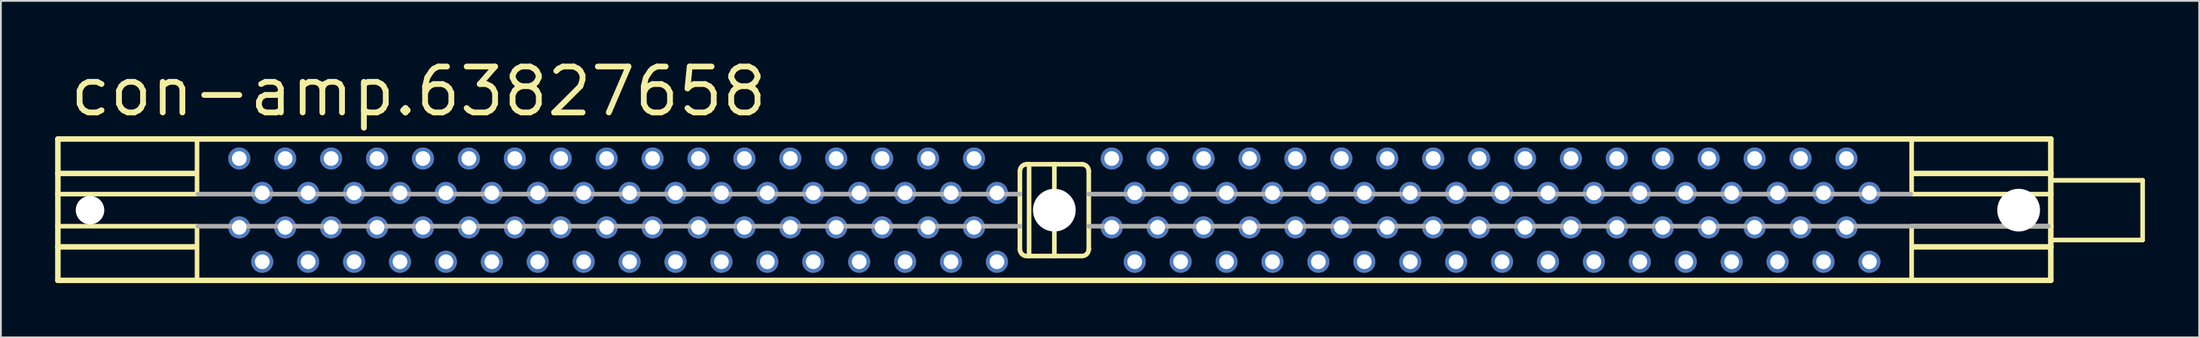
<source format=kicad_pcb>
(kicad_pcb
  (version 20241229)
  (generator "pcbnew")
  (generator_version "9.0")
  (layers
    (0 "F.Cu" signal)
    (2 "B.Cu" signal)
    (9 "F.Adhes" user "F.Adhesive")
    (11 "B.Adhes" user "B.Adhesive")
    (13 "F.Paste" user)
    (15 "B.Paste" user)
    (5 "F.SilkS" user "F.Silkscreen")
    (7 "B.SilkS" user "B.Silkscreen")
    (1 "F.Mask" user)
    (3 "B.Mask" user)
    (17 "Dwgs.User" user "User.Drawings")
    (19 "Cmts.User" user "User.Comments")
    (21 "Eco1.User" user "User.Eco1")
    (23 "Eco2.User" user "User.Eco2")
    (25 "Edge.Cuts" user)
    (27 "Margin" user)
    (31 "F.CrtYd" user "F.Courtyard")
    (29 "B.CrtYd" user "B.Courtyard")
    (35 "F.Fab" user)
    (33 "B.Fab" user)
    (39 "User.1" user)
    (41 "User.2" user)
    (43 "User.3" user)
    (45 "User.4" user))
  (footprint "con-amp.63827658"
    (layer "F.Cu")
    (at 55.27 8.58)
    (property "Reference" "con-amp.63827658" (at -54.61 -5.08 0) (layer "F.SilkS") (effects (font (size 2.54 2.54) (thickness 0.32)) (justify left bottom)))
    (attr through_hole)
    (fp_line (start -55.118 -3.937) (end -55.118 -2.032) (stroke (width 0.305) (type default)) (layer "F.SilkS"))
    (fp_line (start -55.118 -3.937) (end 55.118 -3.937) (stroke (width 0.305) (type default)) (layer "F.SilkS"))
    (fp_line (start -55.118 -2.032) (end -55.118 -0.889) (stroke (width 0.305) (type default)) (layer "F.SilkS"))
    (fp_line (start -55.118 -2.032) (end -47.498 -2.032) (stroke (width 0.305) (type default)) (layer "F.SilkS"))
    (fp_line (start -55.118 -0.889) (end -55.118 0.889) (stroke (width 0.305) (type default)) (layer "F.SilkS"))
    (fp_line (start -55.118 -0.889) (end -47.498 -0.889) (stroke (width 0.254) (type default)) (layer "F.SilkS"))
    (fp_line (start -55.118 0.889) (end -55.118 2.032) (stroke (width 0.305) (type default)) (layer "F.SilkS"))
    (fp_line (start -55.118 0.889) (end -47.498 0.889) (stroke (width 0.254) (type default)) (layer "F.SilkS"))
    (fp_line (start -55.118 2.032) (end -55.118 3.886) (stroke (width 0.305) (type default)) (layer "F.SilkS"))
    (fp_line (start -55.118 2.032) (end -47.498 2.032) (stroke (width 0.305) (type default)) (layer "F.SilkS"))
    (fp_line (start -47.422 -3.861) (end -47.422 -0.889) (stroke (width 0.254) (type default)) (layer "F.SilkS"))
    (fp_line (start -47.422 0.889) (end -47.422 3.81) (stroke (width 0.254) (type default)) (layer "F.SilkS"))
    (fp_line (start -1.905 -2.159) (end -1.905 2.159) (stroke (width 0.254) (type default)) (layer "F.SilkS"))
    (fp_line (start -1.524 2.54) (end -1.397 2.54) (stroke (width 0.254) (type default)) (layer "F.SilkS"))
    (fp_line (start -1.397 -2.54) (end -1.524 -2.54) (stroke (width 0.254) (type default)) (layer "F.SilkS"))
    (fp_line (start -1.397 2.54) (end -1.397 -2.54) (stroke (width 0.254) (type default)) (layer "F.SilkS"))
    (fp_line (start -1.397 2.54) (end 0 2.54) (stroke (width 0.254) (type default)) (layer "F.SilkS"))
    (fp_line (start 0 -2.54) (end -1.397 -2.54) (stroke (width 0.254) (type default)) (layer "F.SilkS"))
    (fp_line (start 0 2.54) (end 0 -2.54) (stroke (width 0.254) (type default)) (layer "F.SilkS"))
    (fp_line (start 0 2.54) (end 1.524 2.54) (stroke (width 0.254) (type default)) (layer "F.SilkS"))
    (fp_line (start 1.524 -2.54) (end 0 -2.54) (stroke (width 0.254) (type default)) (layer "F.SilkS"))
    (fp_line (start 1.905 2.159) (end 1.905 -2.159) (stroke (width 0.254) (type default)) (layer "F.SilkS"))
    (fp_line (start 47.422 -3.861) (end 47.422 -0.889) (stroke (width 0.254) (type default)) (layer "F.SilkS"))
    (fp_line (start 47.422 0.889) (end 47.422 3.81) (stroke (width 0.254) (type default)) (layer "F.SilkS"))
    (fp_line (start 55.118 -3.937) (end 55.118 -2.032) (stroke (width 0.305) (type default)) (layer "F.SilkS"))
    (fp_line (start 55.118 -2.032) (end 47.498 -2.032) (stroke (width 0.305) (type default)) (layer "F.SilkS"))
    (fp_line (start 55.118 -2.032) (end 55.118 -0.889) (stroke (width 0.305) (type default)) (layer "F.SilkS"))
    (fp_line (start 55.118 -0.889) (end 47.498 -0.889) (stroke (width 0.254) (type default)) (layer "F.SilkS"))
    (fp_line (start 55.118 -0.889) (end 55.118 0.889) (stroke (width 0.305) (type default)) (layer "F.SilkS"))
    (fp_line (start 55.118 0.889) (end 47.498 0.889) (stroke (width 0.254) (type default)) (layer "F.SilkS"))
    (fp_line (start 55.118 0.889) (end 55.118 2.032) (stroke (width 0.305) (type default)) (layer "F.SilkS"))
    (fp_line (start 55.118 2.032) (end 47.498 2.032) (stroke (width 0.305) (type default)) (layer "F.SilkS"))
    (fp_line (start 55.118 2.032) (end 55.118 3.886) (stroke (width 0.305) (type default)) (layer "F.SilkS"))
    (fp_line (start 55.118 3.886) (end -55.118 3.886) (stroke (width 0.305) (type default)) (layer "F.SilkS"))
    (fp_line (start 55.245 -1.651) (end 60.198 -1.651) (stroke (width 0.254) (type default)) (layer "F.SilkS"))
    (fp_line (start 60.198 -1.651) (end 60.198 1.651) (stroke (width 0.254) (type default)) (layer "F.SilkS"))
    (fp_line (start 60.198 1.651) (end 55.245 1.651) (stroke (width 0.254) (type default)) (layer "F.SilkS"))
    (fp_arc (start -1.905 -2.159) (mid -1.793408 -2.428408) (end -1.524 -2.54) (stroke (width 0.254) (type default)) (layer "F.SilkS"))
    (fp_arc (start -1.524 2.54) (mid -1.793408 2.428408) (end -1.905 2.159) (stroke (width 0.254) (type default)) (layer "F.SilkS"))
    (fp_arc (start 1.524 -2.54) (mid 1.793408 -2.428408) (end 1.905 -2.159) (stroke (width 0.254) (type default)) (layer "F.SilkS"))
    (fp_arc (start 1.905 2.159) (mid 1.793408 2.428408) (end 1.524 2.54) (stroke (width 0.254) (type default)) (layer "F.SilkS"))
    (fp_line (start -47.371 -0.889) (end -1.905 -0.889) (stroke (width 0.254) (type default)) (layer "F.Fab"))
    (fp_line (start -47.371 0.889) (end -1.905 0.889) (stroke (width 0.254) (type default)) (layer "F.Fab"))
    (fp_line (start 1.905 -0.889) (end 47.371 -0.889) (stroke (width 0.254) (type default)) (layer "F.Fab"))
    (fp_line (start 1.905 0.889) (end 54.991 0.889) (stroke (width 0.254) (type default)) (layer "F.Fab"))
    (pad "" np_thru_hole circle (at -53.34 0) (size 1.575 1.575) (drill 1.575) (layers "*.Cu" "*.Mask"))
    (pad "" np_thru_hole circle (at 0 0) (size 2.362 2.362) (drill 2.362) (layers "*.Cu" "*.Mask"))
    (pad "" np_thru_hole circle (at 53.34 0) (size 2.362 2.362) (drill 2.362) (layers "*.Cu" "*.Mask"))
    (pad "1" thru_hole circle (at -45.085 0.953) (size 1.219 1.219) (drill 0.813) (layers "*.Cu" "*.Mask"))
    (pad "2" thru_hole circle (at -43.815 2.857) (size 1.219 1.219) (drill 0.813) (layers "*.Cu" "*.Mask"))
    (pad "3" thru_hole circle (at -42.545 0.953) (size 1.219 1.219) (drill 0.813) (layers "*.Cu" "*.Mask"))
    (pad "4" thru_hole circle (at -41.275 2.857) (size 1.219 1.219) (drill 0.813) (layers "*.Cu" "*.Mask"))
    (pad "5" thru_hole circle (at -40.005 0.953) (size 1.219 1.219) (drill 0.813) (layers "*.Cu" "*.Mask"))
    (pad "6" thru_hole circle (at -38.735 2.857) (size 1.219 1.219) (drill 0.813) (layers "*.Cu" "*.Mask"))
    (pad "7" thru_hole circle (at -37.465 0.953) (size 1.219 1.219) (drill 0.813) (layers "*.Cu" "*.Mask"))
    (pad "8" thru_hole circle (at -36.195 2.857) (size 1.219 1.219) (drill 0.813) (layers "*.Cu" "*.Mask"))
    (pad "9" thru_hole circle (at -34.925 0.953) (size 1.219 1.219) (drill 0.813) (layers "*.Cu" "*.Mask"))
    (pad "10" thru_hole circle (at -33.655 2.857) (size 1.219 1.219) (drill 0.813) (layers "*.Cu" "*.Mask"))
    (pad "11" thru_hole circle (at -32.385 0.953) (size 1.219 1.219) (drill 0.813) (layers "*.Cu" "*.Mask"))
    (pad "12" thru_hole circle (at -31.115 2.857) (size 1.219 1.219) (drill 0.813) (layers "*.Cu" "*.Mask"))
    (pad "13" thru_hole circle (at -29.845 0.953) (size 1.219 1.219) (drill 0.813) (layers "*.Cu" "*.Mask"))
    (pad "14" thru_hole circle (at -28.575 2.857) (size 1.219 1.219) (drill 0.813) (layers "*.Cu" "*.Mask"))
    (pad "15" thru_hole circle (at -27.305 0.953) (size 1.219 1.219) (drill 0.813) (layers "*.Cu" "*.Mask"))
    (pad "16" thru_hole circle (at -26.035 2.857) (size 1.219 1.219) (drill 0.813) (layers "*.Cu" "*.Mask"))
    (pad "17" thru_hole circle (at -24.765 0.953) (size 1.219 1.219) (drill 0.813) (layers "*.Cu" "*.Mask"))
    (pad "18" thru_hole circle (at -23.495 2.857) (size 1.219 1.219) (drill 0.813) (layers "*.Cu" "*.Mask"))
    (pad "19" thru_hole circle (at -22.225 0.953) (size 1.219 1.219) (drill 0.813) (layers "*.Cu" "*.Mask"))
    (pad "20" thru_hole circle (at -20.955 2.857) (size 1.219 1.219) (drill 0.813) (layers "*.Cu" "*.Mask"))
    (pad "21" thru_hole circle (at -19.685 0.953) (size 1.219 1.219) (drill 0.813) (layers "*.Cu" "*.Mask"))
    (pad "22" thru_hole circle (at -18.415 2.857) (size 1.219 1.219) (drill 0.813) (layers "*.Cu" "*.Mask"))
    (pad "23" thru_hole circle (at -17.145 0.953) (size 1.219 1.219) (drill 0.813) (layers "*.Cu" "*.Mask"))
    (pad "24" thru_hole circle (at -15.875 2.857) (size 1.219 1.219) (drill 0.813) (layers "*.Cu" "*.Mask"))
    (pad "25" thru_hole circle (at -14.605 0.953) (size 1.219 1.219) (drill 0.813) (layers "*.Cu" "*.Mask"))
    (pad "26" thru_hole circle (at -13.335 2.857) (size 1.219 1.219) (drill 0.813) (layers "*.Cu" "*.Mask"))
    (pad "27" thru_hole circle (at -12.065 0.953) (size 1.219 1.219) (drill 0.813) (layers "*.Cu" "*.Mask"))
    (pad "28" thru_hole circle (at -10.795 2.857) (size 1.219 1.219) (drill 0.813) (layers "*.Cu" "*.Mask"))
    (pad "29" thru_hole circle (at -9.525 0.953) (size 1.219 1.219) (drill 0.813) (layers "*.Cu" "*.Mask"))
    (pad "30" thru_hole circle (at -8.255 2.857) (size 1.219 1.219) (drill 0.813) (layers "*.Cu" "*.Mask"))
    (pad "31" thru_hole circle (at -6.985 0.953) (size 1.219 1.219) (drill 0.813) (layers "*.Cu" "*.Mask"))
    (pad "32" thru_hole circle (at -5.715 2.857) (size 1.219 1.219) (drill 0.813) (layers "*.Cu" "*.Mask"))
    (pad "33" thru_hole circle (at -4.445 0.953) (size 1.219 1.219) (drill 0.813) (layers "*.Cu" "*.Mask"))
    (pad "34" thru_hole circle (at -3.175 2.857) (size 1.219 1.219) (drill 0.813) (layers "*.Cu" "*.Mask"))
    (pad "35" thru_hole circle (at 3.175 0.953) (size 1.219 1.219) (drill 0.813) (layers "*.Cu" "*.Mask"))
    (pad "36" thru_hole circle (at 4.445 2.857) (size 1.219 1.219) (drill 0.813) (layers "*.Cu" "*.Mask"))
    (pad "37" thru_hole circle (at 5.715 0.953) (size 1.219 1.219) (drill 0.813) (layers "*.Cu" "*.Mask"))
    (pad "38" thru_hole circle (at 6.985 2.857) (size 1.219 1.219) (drill 0.813) (layers "*.Cu" "*.Mask"))
    (pad "39" thru_hole circle (at 8.255 0.953) (size 1.219 1.219) (drill 0.813) (layers "*.Cu" "*.Mask"))
    (pad "40" thru_hole circle (at 9.525 2.857) (size 1.219 1.219) (drill 0.813) (layers "*.Cu" "*.Mask"))
    (pad "41" thru_hole circle (at 10.795 0.953) (size 1.219 1.219) (drill 0.813) (layers "*.Cu" "*.Mask"))
    (pad "42" thru_hole circle (at 12.065 2.857) (size 1.219 1.219) (drill 0.813) (layers "*.Cu" "*.Mask"))
    (pad "43" thru_hole circle (at 13.335 0.953) (size 1.219 1.219) (drill 0.813) (layers "*.Cu" "*.Mask"))
    (pad "44" thru_hole circle (at 14.605 2.857) (size 1.219 1.219) (drill 0.813) (layers "*.Cu" "*.Mask"))
    (pad "45" thru_hole circle (at 15.875 0.953) (size 1.219 1.219) (drill 0.813) (layers "*.Cu" "*.Mask"))
    (pad "46" thru_hole circle (at 17.145 2.857) (size 1.219 1.219) (drill 0.813) (layers "*.Cu" "*.Mask"))
    (pad "47" thru_hole circle (at 18.415 0.953) (size 1.219 1.219) (drill 0.813) (layers "*.Cu" "*.Mask"))
    (pad "48" thru_hole circle (at 19.685 2.857) (size 1.219 1.219) (drill 0.813) (layers "*.Cu" "*.Mask"))
    (pad "49" thru_hole circle (at 20.955 0.953) (size 1.219 1.219) (drill 0.813) (layers "*.Cu" "*.Mask"))
    (pad "50" thru_hole circle (at 22.225 2.857) (size 1.219 1.219) (drill 0.813) (layers "*.Cu" "*.Mask"))
    (pad "51" thru_hole circle (at 23.495 0.953) (size 1.219 1.219) (drill 0.813) (layers "*.Cu" "*.Mask"))
    (pad "52" thru_hole circle (at 24.765 2.857) (size 1.219 1.219) (drill 0.813) (layers "*.Cu" "*.Mask"))
    (pad "53" thru_hole circle (at 26.035 0.953) (size 1.219 1.219) (drill 0.813) (layers "*.Cu" "*.Mask"))
    (pad "54" thru_hole circle (at 27.305 2.857) (size 1.219 1.219) (drill 0.813) (layers "*.Cu" "*.Mask"))
    (pad "55" thru_hole circle (at 28.575 0.953) (size 1.219 1.219) (drill 0.813) (layers "*.Cu" "*.Mask"))
    (pad "56" thru_hole circle (at 29.845 2.857) (size 1.219 1.219) (drill 0.813) (layers "*.Cu" "*.Mask"))
    (pad "57" thru_hole circle (at 31.115 0.953) (size 1.219 1.219) (drill 0.813) (layers "*.Cu" "*.Mask"))
    (pad "58" thru_hole circle (at 32.385 2.857) (size 1.219 1.219) (drill 0.813) (layers "*.Cu" "*.Mask"))
    (pad "59" thru_hole circle (at 33.655 0.953) (size 1.219 1.219) (drill 0.813) (layers "*.Cu" "*.Mask"))
    (pad "60" thru_hole circle (at 34.925 2.857) (size 1.219 1.219) (drill 0.813) (layers "*.Cu" "*.Mask"))
    (pad "61" thru_hole circle (at 36.195 0.953) (size 1.219 1.219) (drill 0.813) (layers "*.Cu" "*.Mask"))
    (pad "62" thru_hole circle (at 37.465 2.857) (size 1.219 1.219) (drill 0.813) (layers "*.Cu" "*.Mask"))
    (pad "63" thru_hole circle (at 38.735 0.953) (size 1.219 1.219) (drill 0.813) (layers "*.Cu" "*.Mask"))
    (pad "64" thru_hole circle (at 40.005 2.857) (size 1.219 1.219) (drill 0.813) (layers "*.Cu" "*.Mask"))
    (pad "65" thru_hole circle (at 41.275 0.953) (size 1.219 1.219) (drill 0.813) (layers "*.Cu" "*.Mask"))
    (pad "66" thru_hole circle (at 42.545 2.857) (size 1.219 1.219) (drill 0.813) (layers "*.Cu" "*.Mask"))
    (pad "67" thru_hole circle (at 43.815 0.953) (size 1.219 1.219) (drill 0.813) (layers "*.Cu" "*.Mask"))
    (pad "68" thru_hole circle (at 45.085 2.857) (size 1.219 1.219) (drill 0.813) (layers "*.Cu" "*.Mask"))
    (pad "69" thru_hole circle (at -45.085 -2.857) (size 1.219 1.219) (drill 0.813) (layers "*.Cu" "*.Mask"))
    (pad "70" thru_hole circle (at -43.815 -0.953) (size 1.219 1.219) (drill 0.813) (layers "*.Cu" "*.Mask"))
    (pad "71" thru_hole circle (at -42.545 -2.857) (size 1.219 1.219) (drill 0.813) (layers "*.Cu" "*.Mask"))
    (pad "72" thru_hole circle (at -41.275 -0.953) (size 1.219 1.219) (drill 0.813) (layers "*.Cu" "*.Mask"))
    (pad "73" thru_hole circle (at -40.005 -2.857) (size 1.219 1.219) (drill 0.813) (layers "*.Cu" "*.Mask"))
    (pad "74" thru_hole circle (at -38.735 -0.953) (size 1.219 1.219) (drill 0.813) (layers "*.Cu" "*.Mask"))
    (pad "75" thru_hole circle (at -37.465 -2.857) (size 1.219 1.219) (drill 0.813) (layers "*.Cu" "*.Mask"))
    (pad "76" thru_hole circle (at -36.195 -0.953) (size 1.219 1.219) (drill 0.813) (layers "*.Cu" "*.Mask"))
    (pad "77" thru_hole circle (at -34.925 -2.857) (size 1.219 1.219) (drill 0.813) (layers "*.Cu" "*.Mask"))
    (pad "78" thru_hole circle (at -33.655 -0.953) (size 1.219 1.219) (drill 0.813) (layers "*.Cu" "*.Mask"))
    (pad "79" thru_hole circle (at -32.385 -2.857) (size 1.219 1.219) (drill 0.813) (layers "*.Cu" "*.Mask"))
    (pad "80" thru_hole circle (at -31.115 -0.953) (size 1.219 1.219) (drill 0.813) (layers "*.Cu" "*.Mask"))
    (pad "81" thru_hole circle (at -29.845 -2.857) (size 1.219 1.219) (drill 0.813) (layers "*.Cu" "*.Mask"))
    (pad "82" thru_hole circle (at -28.575 -0.953) (size 1.219 1.219) (drill 0.813) (layers "*.Cu" "*.Mask"))
    (pad "83" thru_hole circle (at -27.305 -2.857) (size 1.219 1.219) (drill 0.813) (layers "*.Cu" "*.Mask"))
    (pad "84" thru_hole circle (at -26.035 -0.953) (size 1.219 1.219) (drill 0.813) (layers "*.Cu" "*.Mask"))
    (pad "85" thru_hole circle (at -24.765 -2.857) (size 1.219 1.219) (drill 0.813) (layers "*.Cu" "*.Mask"))
    (pad "86" thru_hole circle (at -23.495 -0.953) (size 1.219 1.219) (drill 0.813) (layers "*.Cu" "*.Mask"))
    (pad "87" thru_hole circle (at -22.225 -2.857) (size 1.219 1.219) (drill 0.813) (layers "*.Cu" "*.Mask"))
    (pad "88" thru_hole circle (at -20.955 -0.953) (size 1.219 1.219) (drill 0.813) (layers "*.Cu" "*.Mask"))
    (pad "89" thru_hole circle (at -19.685 -2.857) (size 1.219 1.219) (drill 0.813) (layers "*.Cu" "*.Mask"))
    (pad "90" thru_hole circle (at -18.415 -0.953) (size 1.219 1.219) (drill 0.813) (layers "*.Cu" "*.Mask"))
    (pad "91" thru_hole circle (at -17.145 -2.857) (size 1.219 1.219) (drill 0.813) (layers "*.Cu" "*.Mask"))
    (pad "92" thru_hole circle (at -15.875 -0.953) (size 1.219 1.219) (drill 0.813) (layers "*.Cu" "*.Mask"))
    (pad "93" thru_hole circle (at -14.605 -2.857) (size 1.219 1.219) (drill 0.813) (layers "*.Cu" "*.Mask"))
    (pad "94" thru_hole circle (at -13.335 -0.953) (size 1.219 1.219) (drill 0.813) (layers "*.Cu" "*.Mask"))
    (pad "95" thru_hole circle (at -12.065 -2.857) (size 1.219 1.219) (drill 0.813) (layers "*.Cu" "*.Mask"))
    (pad "96" thru_hole circle (at -10.795 -0.953) (size 1.219 1.219) (drill 0.813) (layers "*.Cu" "*.Mask"))
    (pad "97" thru_hole circle (at -9.525 -2.857) (size 1.219 1.219) (drill 0.813) (layers "*.Cu" "*.Mask"))
    (pad "98" thru_hole circle (at -8.255 -0.953) (size 1.219 1.219) (drill 0.813) (layers "*.Cu" "*.Mask"))
    (pad "99" thru_hole circle (at -6.985 -2.857) (size 1.219 1.219) (drill 0.813) (layers "*.Cu" "*.Mask"))
    (pad "100" thru_hole circle (at -5.715 -0.953) (size 1.219 1.219) (drill 0.813) (layers "*.Cu" "*.Mask"))
    (pad "101" thru_hole circle (at -4.445 -2.857) (size 1.219 1.219) (drill 0.813) (layers "*.Cu" "*.Mask"))
    (pad "102" thru_hole circle (at -3.175 -0.953) (size 1.219 1.219) (drill 0.813) (layers "*.Cu" "*.Mask"))
    (pad "103" thru_hole circle (at 3.175 -2.857) (size 1.219 1.219) (drill 0.813) (layers "*.Cu" "*.Mask"))
    (pad "104" thru_hole circle (at 4.445 -0.953) (size 1.219 1.219) (drill 0.813) (layers "*.Cu" "*.Mask"))
    (pad "105" thru_hole circle (at 5.715 -2.857) (size 1.219 1.219) (drill 0.813) (layers "*.Cu" "*.Mask"))
    (pad "106" thru_hole circle (at 6.985 -0.953) (size 1.219 1.219) (drill 0.813) (layers "*.Cu" "*.Mask"))
    (pad "107" thru_hole circle (at 8.255 -2.857) (size 1.219 1.219) (drill 0.813) (layers "*.Cu" "*.Mask"))
    (pad "108" thru_hole circle (at 9.525 -0.953) (size 1.219 1.219) (drill 0.813) (layers "*.Cu" "*.Mask"))
    (pad "109" thru_hole circle (at 10.795 -2.857) (size 1.219 1.219) (drill 0.813) (layers "*.Cu" "*.Mask"))
    (pad "110" thru_hole circle (at 12.065 -0.953) (size 1.219 1.219) (drill 0.813) (layers "*.Cu" "*.Mask"))
    (pad "111" thru_hole circle (at 13.335 -2.857) (size 1.219 1.219) (drill 0.813) (layers "*.Cu" "*.Mask"))
    (pad "112" thru_hole circle (at 14.605 -0.953) (size 1.219 1.219) (drill 0.813) (layers "*.Cu" "*.Mask"))
    (pad "113" thru_hole circle (at 15.875 -2.857) (size 1.219 1.219) (drill 0.813) (layers "*.Cu" "*.Mask"))
    (pad "114" thru_hole circle (at 17.145 -0.953) (size 1.219 1.219) (drill 0.813) (layers "*.Cu" "*.Mask"))
    (pad "115" thru_hole circle (at 18.415 -2.857) (size 1.219 1.219) (drill 0.813) (layers "*.Cu" "*.Mask"))
    (pad "116" thru_hole circle (at 19.685 -0.953) (size 1.219 1.219) (drill 0.813) (layers "*.Cu" "*.Mask"))
    (pad "117" thru_hole circle (at 20.955 -2.857) (size 1.219 1.219) (drill 0.813) (layers "*.Cu" "*.Mask"))
    (pad "118" thru_hole circle (at 22.225 -0.953) (size 1.219 1.219) (drill 0.813) (layers "*.Cu" "*.Mask"))
    (pad "119" thru_hole circle (at 23.495 -2.857) (size 1.219 1.219) (drill 0.813) (layers "*.Cu" "*.Mask"))
    (pad "120" thru_hole circle (at 24.765 -0.953) (size 1.219 1.219) (drill 0.813) (layers "*.Cu" "*.Mask"))
    (pad "121" thru_hole circle (at 26.035 -2.857) (size 1.219 1.219) (drill 0.813) (layers "*.Cu" "*.Mask"))
    (pad "122" thru_hole circle (at 27.305 -0.953) (size 1.219 1.219) (drill 0.813) (layers "*.Cu" "*.Mask"))
    (pad "123" thru_hole circle (at 28.575 -2.857) (size 1.219 1.219) (drill 0.813) (layers "*.Cu" "*.Mask"))
    (pad "124" thru_hole circle (at 29.845 -0.953) (size 1.219 1.219) (drill 0.813) (layers "*.Cu" "*.Mask"))
    (pad "125" thru_hole circle (at 31.115 -2.857) (size 1.219 1.219) (drill 0.813) (layers "*.Cu" "*.Mask"))
    (pad "126" thru_hole circle (at 32.385 -0.953) (size 1.219 1.219) (drill 0.813) (layers "*.Cu" "*.Mask"))
    (pad "127" thru_hole circle (at 33.655 -2.857) (size 1.219 1.219) (drill 0.813) (layers "*.Cu" "*.Mask"))
    (pad "128" thru_hole circle (at 34.925 -0.953) (size 1.219 1.219) (drill 0.813) (layers "*.Cu" "*.Mask"))
    (pad "129" thru_hole circle (at 36.195 -2.857) (size 1.219 1.219) (drill 0.813) (layers "*.Cu" "*.Mask"))
    (pad "130" thru_hole circle (at 37.465 -0.953) (size 1.219 1.219) (drill 0.813) (layers "*.Cu" "*.Mask"))
    (pad "131" thru_hole circle (at 38.735 -2.857) (size 1.219 1.219) (drill 0.813) (layers "*.Cu" "*.Mask"))
    (pad "132" thru_hole circle (at 40.005 -0.953) (size 1.219 1.219) (drill 0.813) (layers "*.Cu" "*.Mask"))
    (pad "133" thru_hole circle (at 41.275 -2.857) (size 1.219 1.219) (drill 0.813) (layers "*.Cu" "*.Mask"))
    (pad "134" thru_hole circle (at 42.545 -0.953) (size 1.219 1.219) (drill 0.813) (layers "*.Cu" "*.Mask"))
    (pad "135" thru_hole circle (at 43.815 -2.857) (size 1.219 1.219) (drill 0.813) (layers "*.Cu" "*.Mask"))
    (pad "136" thru_hole circle (at 45.085 -0.953) (size 1.219 1.219) (drill 0.813) (layers "*.Cu" "*.Mask")))
  (gr_rect
    (start -3 -3)
    (end 118.595 15.619)
    (stroke (width 0.1) (type default))
    (fill no)
    (layer "Edge.Cuts")))
</source>
